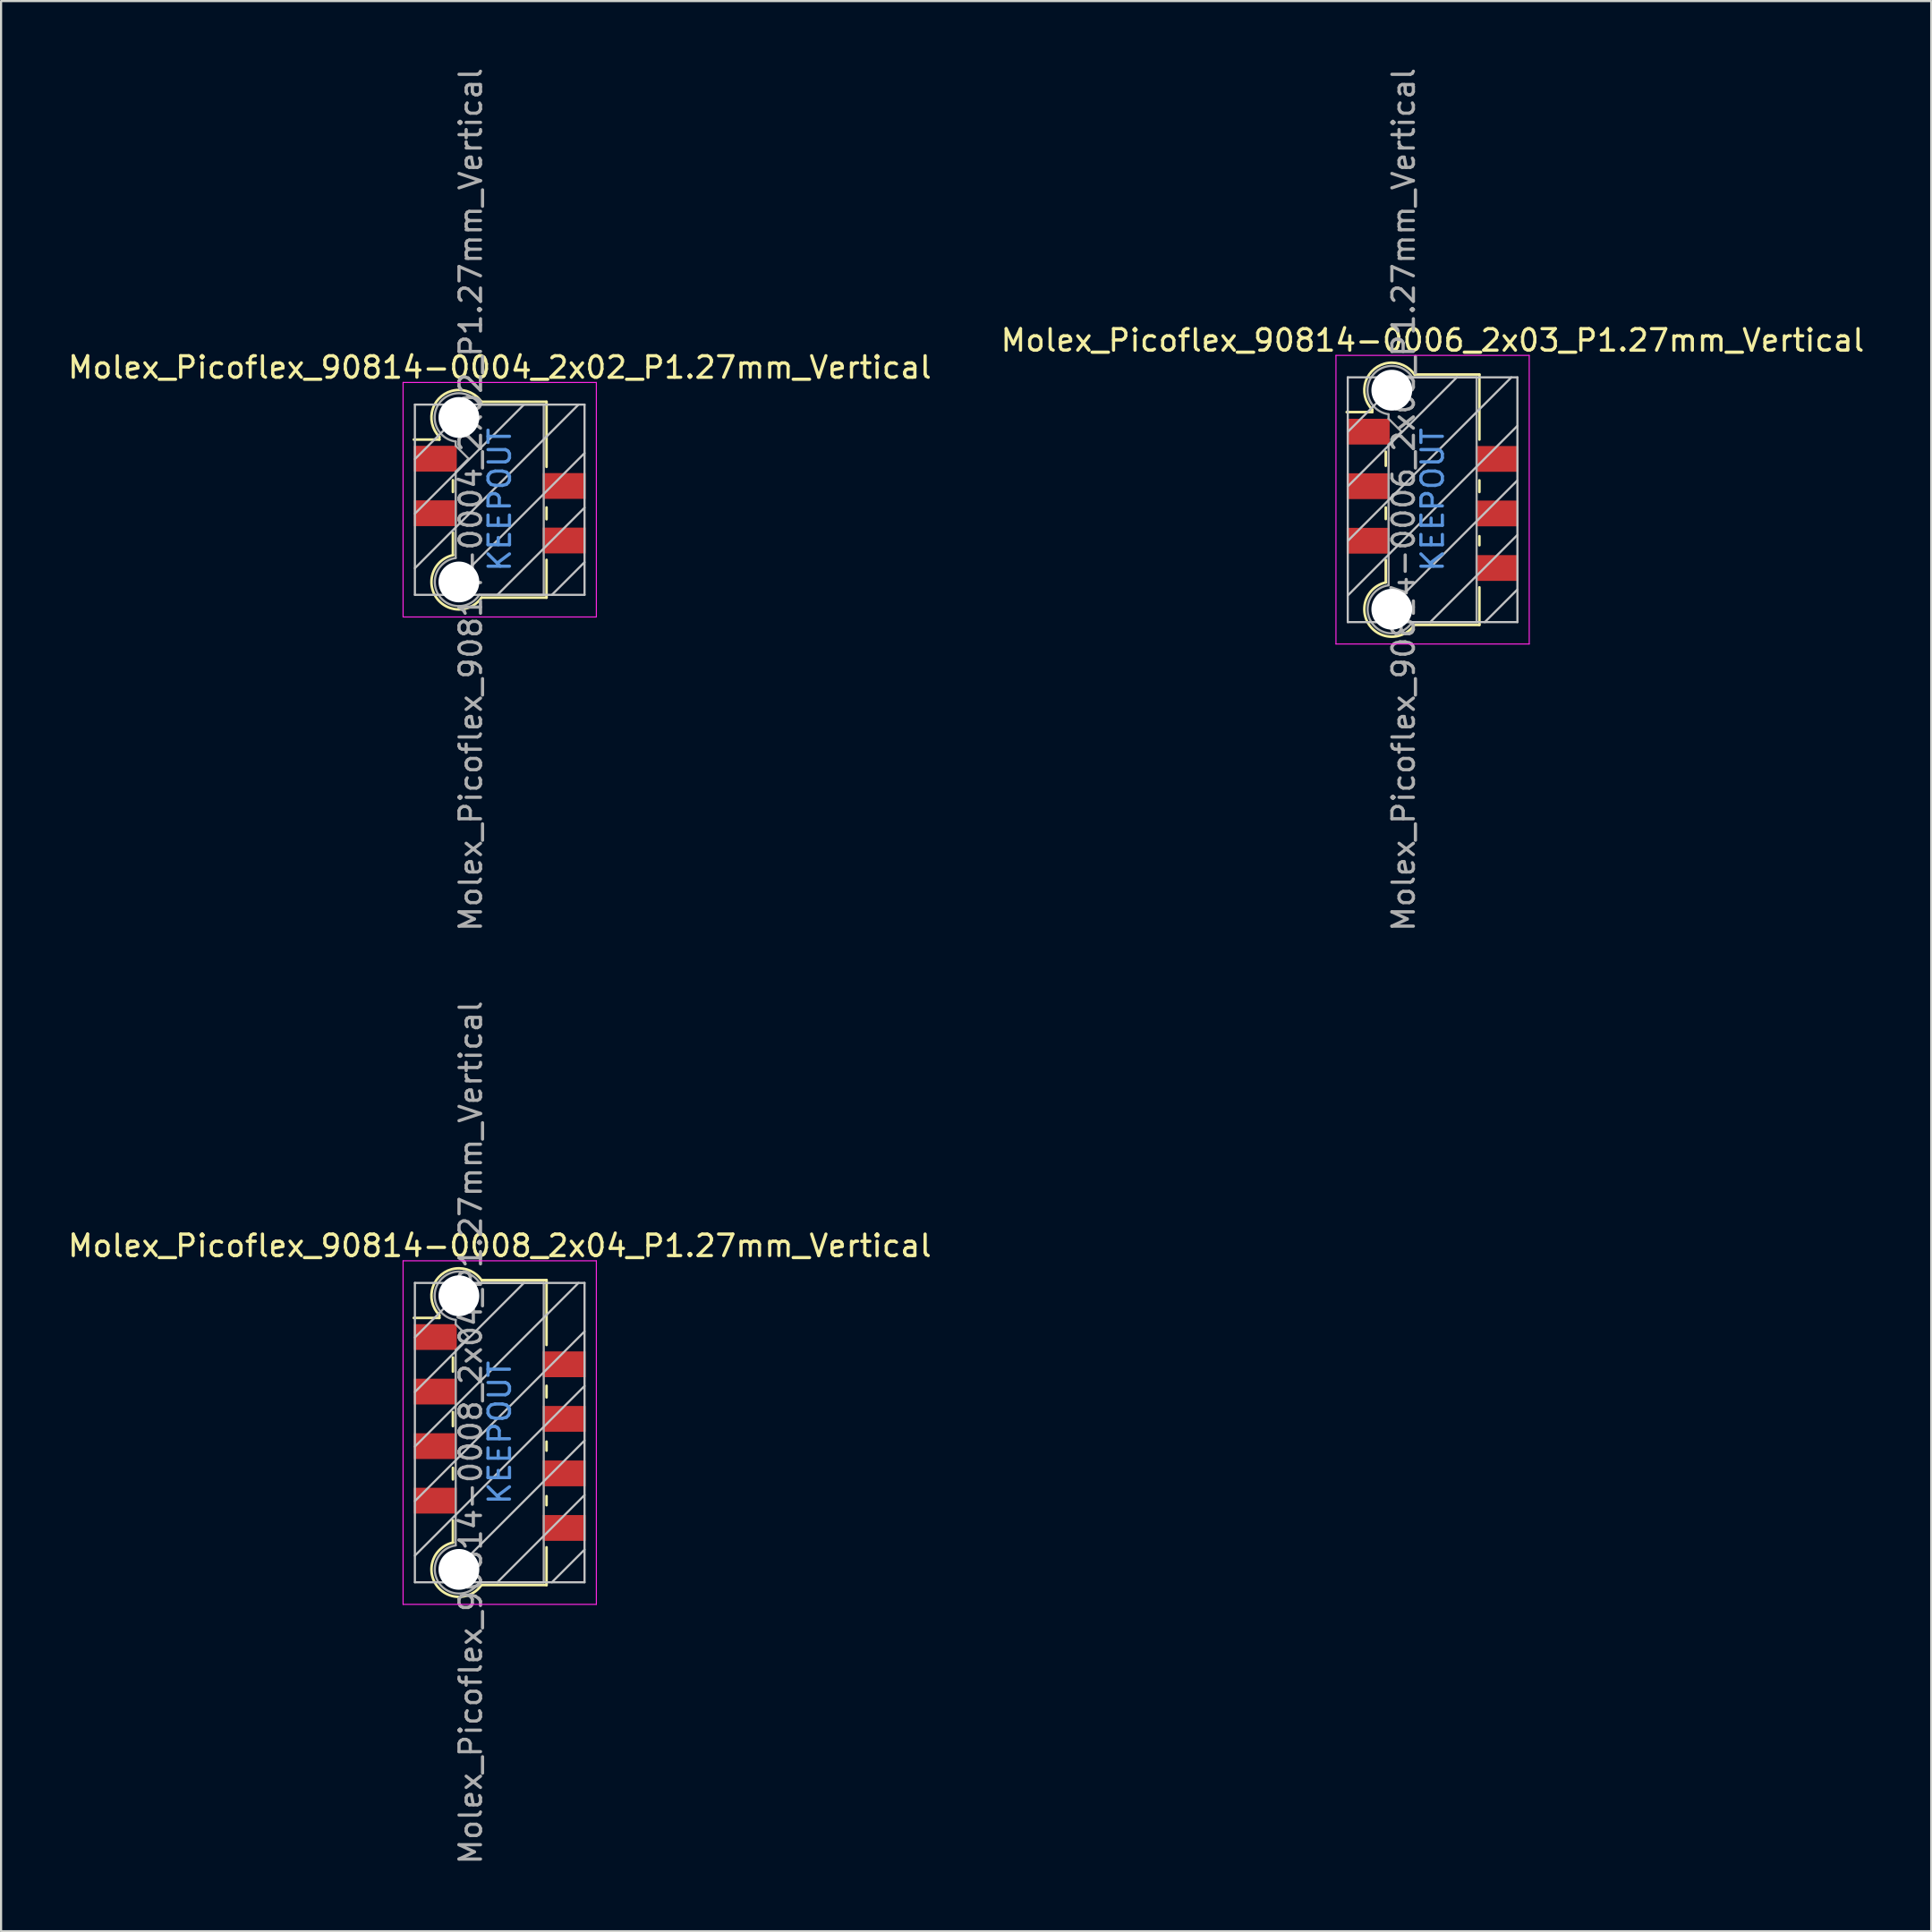
<source format=kicad_pcb>
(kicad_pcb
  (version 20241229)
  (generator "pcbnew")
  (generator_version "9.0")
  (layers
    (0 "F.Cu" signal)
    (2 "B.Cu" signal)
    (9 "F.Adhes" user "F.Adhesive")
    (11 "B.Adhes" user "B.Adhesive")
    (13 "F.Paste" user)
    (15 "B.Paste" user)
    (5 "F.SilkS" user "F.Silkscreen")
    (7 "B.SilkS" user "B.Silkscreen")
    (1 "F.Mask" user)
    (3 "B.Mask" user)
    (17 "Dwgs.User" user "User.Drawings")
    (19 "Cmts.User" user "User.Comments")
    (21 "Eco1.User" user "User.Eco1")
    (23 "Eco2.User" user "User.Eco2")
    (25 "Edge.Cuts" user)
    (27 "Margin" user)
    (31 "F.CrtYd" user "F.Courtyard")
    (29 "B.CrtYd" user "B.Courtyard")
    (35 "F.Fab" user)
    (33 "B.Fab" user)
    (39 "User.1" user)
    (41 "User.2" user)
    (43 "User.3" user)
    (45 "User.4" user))
  (footprint "Molex_Picoflex_90814-0008_2x04_P1.27mm_Vertical"
    (layer "F.Cu")
    (at 20.22 63.661)
    (property "Reference" "Molex_Picoflex_90814-0008_2x04_P1.27mm_Vertical" (at 0 -8.7 0) (layer "F.SilkS") (effects (font (size 1 1) (thickness 0.15))))
    (attr smd)
    (fp_line (start -2.81 -5.47) (end -2.81 -5.34) (stroke (width 0.12) (type solid)) (layer "F.SilkS"))
    (fp_line (start -2.81 -5.34) (end -4 -5.34) (stroke (width 0.12) (type solid)) (layer "F.SilkS"))
    (fp_line (start -2.18 -2.84) (end -2.18 -3.5) (stroke (width 0.12) (type solid)) (layer "F.SilkS"))
    (fp_line (start -2.18 -0.3) (end -2.18 -0.96) (stroke (width 0.12) (type solid)) (layer "F.SilkS"))
    (fp_line (start -2.18 2.18) (end -2.18 1.64) (stroke (width 0.12) (type solid)) (layer "F.SilkS"))
    (fp_line (start -2.18 5.12) (end -2.18 4.08) (stroke (width 0.12) (type solid)) (layer "F.SilkS"))
    (fp_line (start 2.18 -7.1) (end -0.82 -7.1) (stroke (width 0.12) (type solid)) (layer "F.SilkS"))
    (fp_line (start 2.18 -7.1) (end 2.18 -4.08) (stroke (width 0.12) (type solid)) (layer "F.SilkS"))
    (fp_line (start 2.18 -2.18) (end 2.18 -1.64) (stroke (width 0.12) (type solid)) (layer "F.SilkS"))
    (fp_line (start 2.18 0.42) (end 2.18 0.84) (stroke (width 0.12) (type solid)) (layer "F.SilkS"))
    (fp_line (start 2.18 2.96) (end 2.18 3.38) (stroke (width 0.12) (type solid)) (layer "F.SilkS"))
    (fp_line (start 2.18 5.34) (end 2.18 7.1) (stroke (width 0.12) (type solid)) (layer "F.SilkS"))
    (fp_line (start 2.18 7.1) (end -0.85 7.1) (stroke (width 0.12) (type solid)) (layer "F.SilkS"))
    (fp_arc (start -2.81 -5.47) (mid -2.708637 -7.362072) (end -0.834991 -7.079828) (stroke (width 0.12) (type solid)) (layer "F.SilkS"))
    (fp_arc (start -0.85 7.1) (mid -2.962791 7.081248) (end -2.174424 5.120964) (stroke (width 0.12) (type solid)) (layer "F.SilkS"))
    (fp_line (start -3.95 -6.97) (end -3.95 6.97) (stroke (width 0.1) (type solid)) (layer "Dwgs.User"))
    (fp_line (start -3.95 -4.43) (end -1.41 -6.97) (stroke (width 0.1) (type solid)) (layer "Dwgs.User"))
    (fp_line (start -3.95 -1.89) (end 1.13 -6.97) (stroke (width 0.1) (type solid)) (layer "Dwgs.User"))
    (fp_line (start -3.95 0.65) (end 3.67 -6.97) (stroke (width 0.1) (type solid)) (layer "Dwgs.User"))
    (fp_line (start -3.95 3.19) (end 3.95 -4.71) (stroke (width 0.1) (type solid)) (layer "Dwgs.User"))
    (fp_line (start -3.95 5.73) (end 3.95 -2.17) (stroke (width 0.1) (type solid)) (layer "Dwgs.User"))
    (fp_line (start -3.95 6.97) (end 3.95 6.97) (stroke (width 0.1) (type solid)) (layer "Dwgs.User"))
    (fp_line (start -2.65 6.97) (end 3.95 0.37) (stroke (width 0.1) (type solid)) (layer "Dwgs.User"))
    (fp_line (start -0.11 6.97) (end 3.95 2.91) (stroke (width 0.1) (type solid)) (layer "Dwgs.User"))
    (fp_line (start 2.43 6.97) (end 3.95 5.45) (stroke (width 0.1) (type solid)) (layer "Dwgs.User"))
    (fp_line (start 3.95 -6.97) (end -3.95 -6.97) (stroke (width 0.1) (type solid)) (layer "Dwgs.User"))
    (fp_line (start 3.95 6.97) (end 3.95 -6.97) (stroke (width 0.1) (type solid)) (layer "Dwgs.User"))
    (fp_line (start -4.5 -8) (end -4.5 8) (stroke (width 0.05) (type solid)) (layer "F.CrtYd"))
    (fp_line (start -4.5 8) (end 4.5 8) (stroke (width 0.05) (type solid)) (layer "F.CrtYd"))
    (fp_line (start 4.5 -8) (end -4.5 -8) (stroke (width 0.05) (type solid)) (layer "F.CrtYd"))
    (fp_line (start 4.5 8) (end 4.5 -8) (stroke (width 0.05) (type solid)) (layer "F.CrtYd"))
    (fp_line (start -2.05 -5.04) (end -2.05 -5.25) (stroke (width 0.1) (type solid)) (layer "F.Fab"))
    (fp_line (start -2.05 -3.85) (end -1.45 -4.45) (stroke (width 0.1) (type solid)) (layer "F.Fab"))
    (fp_line (start -2.05 5.25) (end -2.05 -3.85) (stroke (width 0.1) (type solid)) (layer "F.Fab"))
    (fp_line (start -1.45 -4.45) (end -2.05 -5.04) (stroke (width 0.1) (type solid)) (layer "F.Fab"))
    (fp_line (start 2.05 -6.97) (end -0.93 -6.97) (stroke (width 0.1) (type solid)) (layer "F.Fab"))
    (fp_line (start 2.05 -6.97) (end 2.05 6.97) (stroke (width 0.1) (type solid)) (layer "F.Fab"))
    (fp_line (start 2.05 6.97) (end -0.95 6.97) (stroke (width 0.1) (type solid)) (layer "F.Fab"))
    (fp_arc (start -2.05 -5.25) (mid -2.851672 -6.979279) (end -0.945612 -6.975015) (stroke (width 0.1) (type solid)) (layer "F.Fab"))
    (fp_arc (start -0.95 6.97) (mid -2.845272 6.977422) (end -2.051022 5.256585) (stroke (width 0.1) (type solid)) (layer "F.Fab"))
    (fp_text user "KEEPOUT" (at 0 0 90) (layer "Cmts.User") (effects (font (size 1 1) (thickness 0.15))))
    (fp_text user "${REFERENCE}" (at -1.35 0 90) (layer "F.Fab") (effects (font (size 1 1) (thickness 0.15))))
    (pad "" np_thru_hole circle (at -1.9 -6.37) (size 1.9 1.9) (drill 1.9) (layers "*.Cu" "*.Mask"))
    (pad "" np_thru_hole circle (at -1.9 6.37) (size 1.9 1.9) (drill 1.9) (layers "*.Cu" "*.Mask"))
    (pad "1" smd rect (at -3 -4.45) (size 2 1.2) (layers "F.Cu" "F.Mask" "F.Paste"))
    (pad "2" smd rect (at 3 -3.18) (size 2 1.2) (layers "F.Cu" "F.Mask" "F.Paste"))
    (pad "3" smd rect (at -3 -1.91) (size 2 1.2) (layers "F.Cu" "F.Mask" "F.Paste"))
    (pad "4" smd rect (at 3 -0.64) (size 2 1.2) (layers "F.Cu" "F.Mask" "F.Paste"))
    (pad "5" smd rect (at -3 0.63) (size 2 1.2) (layers "F.Cu" "F.Mask" "F.Paste"))
    (pad "6" smd rect (at 3 1.9) (size 2 1.2) (layers "F.Cu" "F.Mask" "F.Paste"))
    (pad "7" smd rect (at -3 3.17) (size 2 1.2) (layers "F.Cu" "F.Mask" "F.Paste"))
    (pad "8" smd rect (at 3 4.44) (size 2 1.2) (layers "F.Cu" "F.Mask" "F.Paste")))
  (footprint "Molex_Picoflex_90814-0004_2x02_P1.27mm_Vertical"
    (layer "F.Cu")
    (at 20.22 20.22)
    (property "Reference" "Molex_Picoflex_90814-0004_2x02_P1.27mm_Vertical" (at 0 -6.16 0) (layer "F.SilkS") (effects (font (size 1 1) (thickness 0.15))))
    (attr smd)
    (fp_line (start -2.81 -2.93) (end -2.81 -2.8) (stroke (width 0.12) (type solid)) (layer "F.SilkS"))
    (fp_line (start -2.81 -2.8) (end -4 -2.8) (stroke (width 0.12) (type solid)) (layer "F.SilkS"))
    (fp_line (start -2.18 -0.36) (end -2.18 -0.91) (stroke (width 0.12) (type solid)) (layer "F.SilkS"))
    (fp_line (start -2.18 2.58) (end -2.18 1.53) (stroke (width 0.12) (type solid)) (layer "F.SilkS"))
    (fp_line (start 2.18 -4.56) (end -0.82 -4.56) (stroke (width 0.12) (type solid)) (layer "F.SilkS"))
    (fp_line (start 2.18 -4.56) (end 2.18 -1.53) (stroke (width 0.12) (type solid)) (layer "F.SilkS"))
    (fp_line (start 2.18 0.36) (end 2.18 0.91) (stroke (width 0.12) (type solid)) (layer "F.SilkS"))
    (fp_line (start 2.18 2.8) (end 2.18 4.56) (stroke (width 0.12) (type solid)) (layer "F.SilkS"))
    (fp_line (start 2.18 4.56) (end -0.85 4.56) (stroke (width 0.12) (type solid)) (layer "F.SilkS"))
    (fp_arc (start -2.81 -2.93) (mid -2.708637 -4.822072) (end -0.834991 -4.539828) (stroke (width 0.12) (type solid)) (layer "F.SilkS"))
    (fp_arc (start -0.85 4.56) (mid -2.962791 4.541248) (end -2.174424 2.580964) (stroke (width 0.12) (type solid)) (layer "F.SilkS"))
    (fp_line (start -3.95 -4.43) (end -3.95 4.43) (stroke (width 0.1) (type solid)) (layer "Dwgs.User"))
    (fp_line (start -3.95 -1.89) (end -1.41 -4.43) (stroke (width 0.1) (type solid)) (layer "Dwgs.User"))
    (fp_line (start -3.95 0.65) (end 1.13 -4.43) (stroke (width 0.1) (type solid)) (layer "Dwgs.User"))
    (fp_line (start -3.95 3.19) (end 3.67 -4.43) (stroke (width 0.1) (type solid)) (layer "Dwgs.User"))
    (fp_line (start -3.95 4.43) (end 3.95 4.43) (stroke (width 0.1) (type solid)) (layer "Dwgs.User"))
    (fp_line (start -2.65 4.43) (end 3.95 -2.17) (stroke (width 0.1) (type solid)) (layer "Dwgs.User"))
    (fp_line (start -0.11 4.43) (end 3.95 0.37) (stroke (width 0.1) (type solid)) (layer "Dwgs.User"))
    (fp_line (start 2.43 4.43) (end 3.95 2.91) (stroke (width 0.1) (type solid)) (layer "Dwgs.User"))
    (fp_line (start 3.95 -4.43) (end -3.95 -4.43) (stroke (width 0.1) (type solid)) (layer "Dwgs.User"))
    (fp_line (start 3.95 4.43) (end 3.95 -4.43) (stroke (width 0.1) (type solid)) (layer "Dwgs.User"))
    (fp_line (start -4.5 -5.46) (end -4.5 5.46) (stroke (width 0.05) (type solid)) (layer "F.CrtYd"))
    (fp_line (start -4.5 5.46) (end 4.5 5.46) (stroke (width 0.05) (type solid)) (layer "F.CrtYd"))
    (fp_line (start 4.5 -5.46) (end -4.5 -5.46) (stroke (width 0.05) (type solid)) (layer "F.CrtYd"))
    (fp_line (start 4.5 5.46) (end 4.5 -5.46) (stroke (width 0.05) (type solid)) (layer "F.CrtYd"))
    (fp_line (start -2.05 -2.51) (end -2.05 -2.71) (stroke (width 0.1) (type solid)) (layer "F.Fab"))
    (fp_line (start -2.05 -1.31) (end -1.45 -1.91) (stroke (width 0.1) (type solid)) (layer "F.Fab"))
    (fp_line (start -2.05 2.71) (end -2.05 -1.31) (stroke (width 0.1) (type solid)) (layer "F.Fab"))
    (fp_line (start -1.45 -1.91) (end -2.05 -2.51) (stroke (width 0.1) (type solid)) (layer "F.Fab"))
    (fp_line (start 2.05 -4.43) (end -0.93 -4.43) (stroke (width 0.1) (type solid)) (layer "F.Fab"))
    (fp_line (start 2.05 -4.43) (end 2.05 4.43) (stroke (width 0.1) (type solid)) (layer "F.Fab"))
    (fp_line (start 2.05 4.43) (end -0.95 4.43) (stroke (width 0.1) (type solid)) (layer "F.Fab"))
    (fp_arc (start -2.05 -2.71) (mid -2.851672 -4.439279) (end -0.945612 -4.435015) (stroke (width 0.1) (type solid)) (layer "F.Fab"))
    (fp_arc (start -0.95 4.43) (mid -2.845272 4.437422) (end -2.051022 2.716585) (stroke (width 0.1) (type solid)) (layer "F.Fab"))
    (fp_text user "KEEPOUT" (at 0 0 90) (layer "Cmts.User") (effects (font (size 1 1) (thickness 0.15))))
    (fp_text user "${REFERENCE}" (at -1.35 0 90) (layer "F.Fab") (effects (font (size 1 1) (thickness 0.15))))
    (pad "" np_thru_hole circle (at -1.9 -3.83) (size 1.9 1.9) (drill 1.9) (layers "*.Cu" "*.Mask"))
    (pad "" np_thru_hole circle (at -1.9 3.83) (size 1.9 1.9) (drill 1.9) (layers "*.Cu" "*.Mask"))
    (pad "1" smd rect (at -3 -1.91) (size 2 1.2) (layers "F.Cu" "F.Mask" "F.Paste"))
    (pad "2" smd rect (at 3 -0.64) (size 2 1.2) (layers "F.Cu" "F.Mask" "F.Paste"))
    (pad "3" smd rect (at -3 0.63) (size 2 1.2) (layers "F.Cu" "F.Mask" "F.Paste"))
    (pad "4" smd rect (at 3 1.9) (size 2 1.2) (layers "F.Cu" "F.Mask" "F.Paste")))
  (footprint "Molex_Picoflex_90814-0006_2x03_P1.27mm_Vertical"
    (layer "F.Cu")
    (at 63.661 20.22)
    (property "Reference" "Molex_Picoflex_90814-0006_2x03_P1.27mm_Vertical" (at 0 -7.42 0) (layer "F.SilkS") (effects (font (size 1 1) (thickness 0.15))))
    (attr smd)
    (fp_line (start -2.81 -4.2) (end -2.81 -4.08) (stroke (width 0.12) (type solid)) (layer "F.SilkS"))
    (fp_line (start -2.81 -4.08) (end -4 -4.08) (stroke (width 0.12) (type solid)) (layer "F.SilkS"))
    (fp_line (start -2.18 -1.58) (end -2.18 -2.24) (stroke (width 0.12) (type solid)) (layer "F.SilkS"))
    (fp_line (start -2.18 0.9) (end -2.18 0.36) (stroke (width 0.12) (type solid)) (layer "F.SilkS"))
    (fp_line (start -2.18 3.85) (end -2.18 2.8) (stroke (width 0.12) (type solid)) (layer "F.SilkS"))
    (fp_line (start 2.18 -5.83) (end -0.82 -5.83) (stroke (width 0.12) (type solid)) (layer "F.SilkS"))
    (fp_line (start 2.18 -5.83) (end 2.18 -2.8) (stroke (width 0.12) (type solid)) (layer "F.SilkS"))
    (fp_line (start 2.18 -0.9) (end 2.18 -0.36) (stroke (width 0.12) (type solid)) (layer "F.SilkS"))
    (fp_line (start 2.18 1.7) (end 2.18 2.12) (stroke (width 0.12) (type solid)) (layer "F.SilkS"))
    (fp_line (start 2.18 4.08) (end 2.18 5.83) (stroke (width 0.12) (type solid)) (layer "F.SilkS"))
    (fp_line (start 2.18 5.83) (end -0.85 5.83) (stroke (width 0.12) (type solid)) (layer "F.SilkS"))
    (fp_arc (start -2.81 -4.2) (mid -2.708637 -6.092072) (end -0.834991 -5.809828) (stroke (width 0.12) (type solid)) (layer "F.SilkS"))
    (fp_arc (start -0.85 5.83) (mid -2.962791 5.811248) (end -2.174424 3.850964) (stroke (width 0.12) (type solid)) (layer "F.SilkS"))
    (fp_line (start -3.95 -5.7) (end -3.95 5.7) (stroke (width 0.1) (type solid)) (layer "Dwgs.User"))
    (fp_line (start -3.95 -3.16) (end -1.41 -5.7) (stroke (width 0.1) (type solid)) (layer "Dwgs.User"))
    (fp_line (start -3.95 -0.62) (end 1.13 -5.7) (stroke (width 0.1) (type solid)) (layer "Dwgs.User"))
    (fp_line (start -3.95 1.92) (end 3.67 -5.7) (stroke (width 0.1) (type solid)) (layer "Dwgs.User"))
    (fp_line (start -3.95 4.46) (end 3.95 -3.44) (stroke (width 0.1) (type solid)) (layer "Dwgs.User"))
    (fp_line (start -3.95 5.7) (end 3.95 5.7) (stroke (width 0.1) (type solid)) (layer "Dwgs.User"))
    (fp_line (start -2.65 5.7) (end 3.95 -0.9) (stroke (width 0.1) (type solid)) (layer "Dwgs.User"))
    (fp_line (start -0.11 5.7) (end 3.95 1.64) (stroke (width 0.1) (type solid)) (layer "Dwgs.User"))
    (fp_line (start 2.43 5.7) (end 3.95 4.18) (stroke (width 0.1) (type solid)) (layer "Dwgs.User"))
    (fp_line (start 3.95 -5.7) (end -3.95 -5.7) (stroke (width 0.1) (type solid)) (layer "Dwgs.User"))
    (fp_line (start 3.95 5.7) (end 3.95 -5.7) (stroke (width 0.1) (type solid)) (layer "Dwgs.User"))
    (fp_line (start -4.5 -6.72) (end -4.5 6.72) (stroke (width 0.05) (type solid)) (layer "F.CrtYd"))
    (fp_line (start -4.5 6.72) (end 4.5 6.72) (stroke (width 0.05) (type solid)) (layer "F.CrtYd"))
    (fp_line (start 4.5 -6.72) (end -4.5 -6.72) (stroke (width 0.05) (type solid)) (layer "F.CrtYd"))
    (fp_line (start 4.5 6.72) (end 4.5 -6.72) (stroke (width 0.05) (type solid)) (layer "F.CrtYd"))
    (fp_line (start -2.05 -3.77) (end -2.05 -3.98) (stroke (width 0.1) (type solid)) (layer "F.Fab"))
    (fp_line (start -2.05 -2.57) (end -1.45 -3.17) (stroke (width 0.1) (type solid)) (layer "F.Fab"))
    (fp_line (start -2.05 3.98) (end -2.05 -2.57) (stroke (width 0.1) (type solid)) (layer "F.Fab"))
    (fp_line (start -1.45 -3.17) (end -2.05 -3.77) (stroke (width 0.1) (type solid)) (layer "F.Fab"))
    (fp_line (start 2.05 -5.7) (end -0.93 -5.7) (stroke (width 0.1) (type solid)) (layer "F.Fab"))
    (fp_line (start 2.05 -5.7) (end 2.05 5.7) (stroke (width 0.1) (type solid)) (layer "F.Fab"))
    (fp_line (start 2.05 5.7) (end -0.95 5.7) (stroke (width 0.1) (type solid)) (layer "F.Fab"))
    (fp_arc (start -2.05 -3.98) (mid -2.851672 -5.709279) (end -0.945612 -5.705015) (stroke (width 0.1) (type solid)) (layer "F.Fab"))
    (fp_arc (start -0.95 5.7) (mid -2.845272 5.707422) (end -2.051022 3.986585) (stroke (width 0.1) (type solid)) (layer "F.Fab"))
    (fp_text user "KEEPOUT" (at 0 0 90) (layer "Cmts.User") (effects (font (size 1 1) (thickness 0.15))))
    (fp_text user "${REFERENCE}" (at -1.35 0 90) (layer "F.Fab") (effects (font (size 1 1) (thickness 0.15))))
    (pad "" np_thru_hole circle (at -1.9 -5.1) (size 1.9 1.9) (drill 1.9) (layers "*.Cu" "*.Mask"))
    (pad "" np_thru_hole circle (at -1.9 5.1) (size 1.9 1.9) (drill 1.9) (layers "*.Cu" "*.Mask"))
    (pad "1" smd rect (at -3 -3.17) (size 2 1.2) (layers "F.Cu" "F.Mask" "F.Paste"))
    (pad "2" smd rect (at 3 -1.9) (size 2 1.2) (layers "F.Cu" "F.Mask" "F.Paste"))
    (pad "3" smd rect (at -3 -0.63) (size 2 1.2) (layers "F.Cu" "F.Mask" "F.Paste"))
    (pad "4" smd rect (at 3 0.64) (size 2 1.2) (layers "F.Cu" "F.Mask" "F.Paste"))
    (pad "5" smd rect (at -3 1.91) (size 2 1.2) (layers "F.Cu" "F.Mask" "F.Paste"))
    (pad "6" smd rect (at 3 3.18) (size 2 1.2) (layers "F.Cu" "F.Mask" "F.Paste")))
  (gr_rect
    (start -3 -3)
    (end 86.881 86.881)
    (stroke (width 0.1) (type default))
    (fill no)
    (layer "Edge.Cuts")))
</source>
